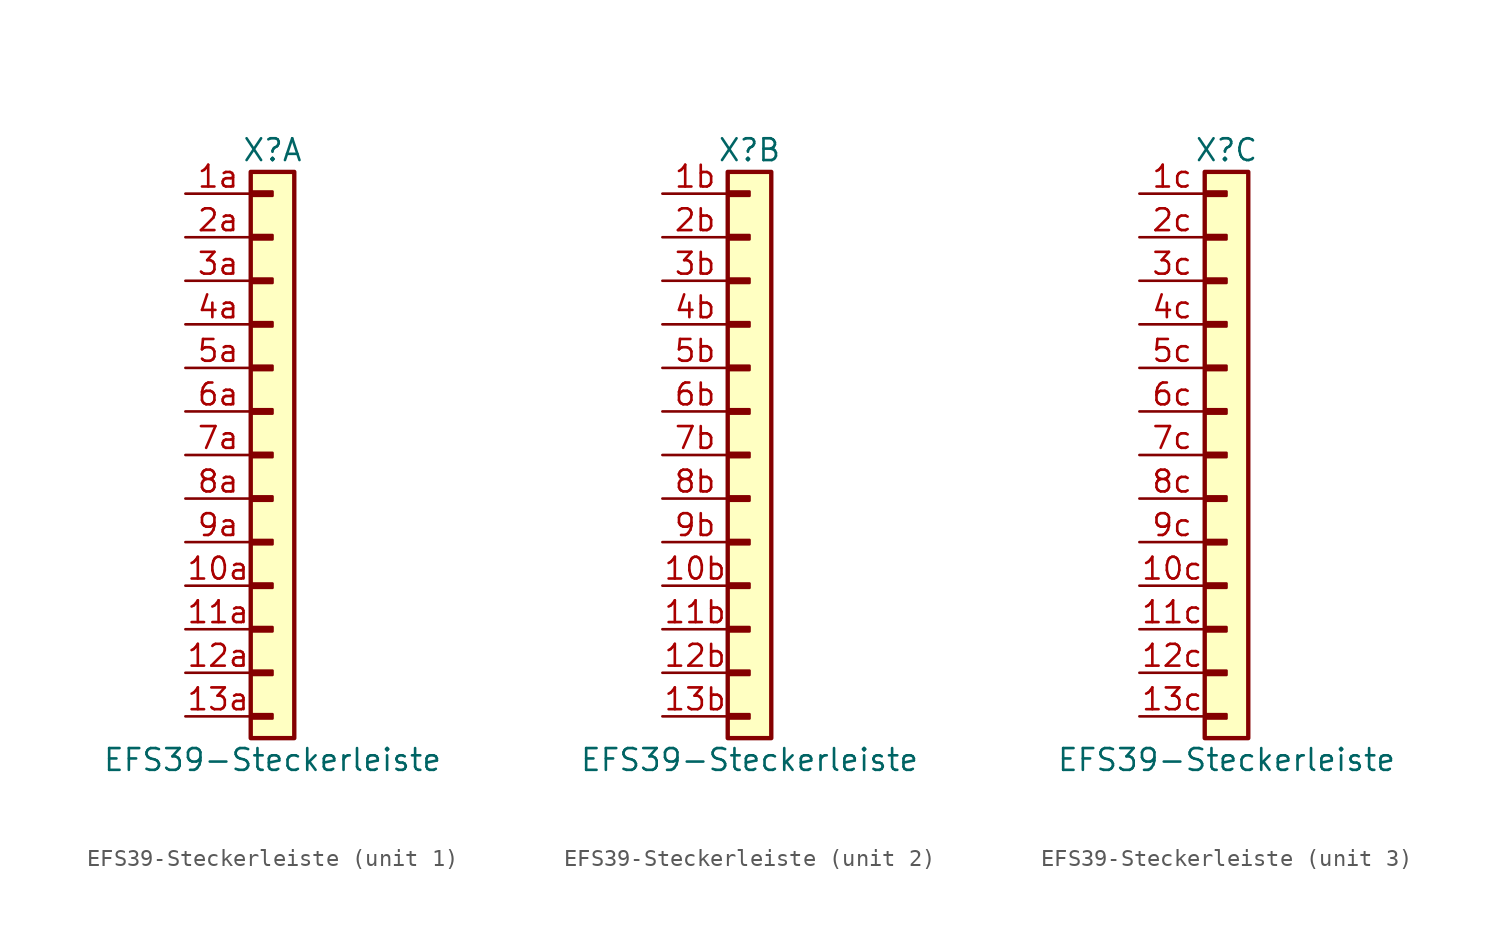
<source format=kicad_sym>
(kicad_symbol_lib
  (version 20211014)
  (generator kicad_symbol_editor)
  (symbol "EFS39-Steckerleiste"
    (pin_names
      (offset 1.016) hide)
    (property "Reference" "X"
      (at 0 17.78 0)
      (effects (font (size 1.27 1.27))))
    (property "Value" "EFS39-Steckerleiste"
      (at 0 -17.78 0)
      (effects (font (size 1.27 1.27))))
    (property "ki_locked" ""
      (at 0 0 0)
      (effects (font (size 1.27 1.27))))
    (symbol "EFS39-Steckerleiste_1_1"
      (rectangle (start -1.27 -15.113) (end 0 -15.367) (stroke (width 0.152) (type default) (color 0 0 0 0)) (fill (type outline)))
      (rectangle (start -1.27 -12.573) (end 0 -12.827) (stroke (width 0.152) (type default) (color 0 0 0 0)) (fill (type outline)))
      (rectangle (start -1.27 -10.033) (end 0 -10.287) (stroke (width 0.152) (type default) (color 0 0 0 0)) (fill (type outline)))
      (rectangle (start -1.27 -7.493) (end 0 -7.747) (stroke (width 0.152) (type default) (color 0 0 0 0)) (fill (type outline)))
      (rectangle (start -1.27 -4.953) (end 0 -5.207) (stroke (width 0.152) (type default) (color 0 0 0 0)) (fill (type outline)))
      (rectangle (start -1.27 -2.413) (end 0 -2.667) (stroke (width 0.152) (type default) (color 0 0 0 0)) (fill (type outline)))
      (rectangle (start -1.27 0.127) (end 0 -0.127) (stroke (width 0.152) (type default) (color 0 0 0 0)) (fill (type outline)))
      (rectangle (start -1.27 2.667) (end 0 2.413) (stroke (width 0.152) (type default) (color 0 0 0 0)) (fill (type outline)))
      (rectangle (start -1.27 5.207) (end 0 4.953) (stroke (width 0.152) (type default) (color 0 0 0 0)) (fill (type outline)))
      (rectangle (start -1.27 7.747) (end 0 7.493) (stroke (width 0.152) (type default) (color 0 0 0 0)) (fill (type outline)))
      (rectangle (start -1.27 10.287) (end 0 10.033) (stroke (width 0.152) (type default) (color 0 0 0 0)) (fill (type outline)))
      (rectangle (start -1.27 12.827) (end 0 12.573) (stroke (width 0.152) (type default) (color 0 0 0 0)) (fill (type outline)))
      (rectangle (start -1.27 15.367) (end 0 15.113) (stroke (width 0.152) (type default) (color 0 0 0 0)) (fill (type outline)))
      (rectangle (start -1.27 16.51) (end 1.27 -16.51) (stroke (width 0.254) (type default) (color 0 0 0 0)) (fill (type background)))
      (pin passive line (at -5.08 -7.62 0) (length 3.81) (name "Pin_10a" (effects (font (size 1.27 1.27)))) (number "10a" (effects (font (size 1.27 1.27)))))
      (pin passive line (at -5.08 -10.16 0) (length 3.81) (name "Pin_11a" (effects (font (size 1.27 1.27)))) (number "11a" (effects (font (size 1.27 1.27)))))
      (pin passive line (at -5.08 -12.7 0) (length 3.81) (name "Pin_12a" (effects (font (size 1.27 1.27)))) (number "12a" (effects (font (size 1.27 1.27)))))
      (pin passive line (at -5.08 -15.24 0) (length 3.81) (name "Pin_13a" (effects (font (size 1.27 1.27)))) (number "13a" (effects (font (size 1.27 1.27)))))
      (pin passive line (at -5.08 15.24 0) (length 3.81) (name "Pin_1a" (effects (font (size 1.27 1.27)))) (number "1a" (effects (font (size 1.27 1.27)))))
      (pin passive line (at -5.08 12.7 0) (length 3.81) (name "Pin_2a" (effects (font (size 1.27 1.27)))) (number "2a" (effects (font (size 1.27 1.27)))))
      (pin passive line (at -5.08 10.16 0) (length 3.81) (name "Pin_3a" (effects (font (size 1.27 1.27)))) (number "3a" (effects (font (size 1.27 1.27)))))
      (pin passive line (at -5.08 7.62 0) (length 3.81) (name "Pin_4a" (effects (font (size 1.27 1.27)))) (number "4a" (effects (font (size 1.27 1.27)))))
      (pin passive line (at -5.08 5.08 0) (length 3.81) (name "Pin_5a" (effects (font (size 1.27 1.27)))) (number "5a" (effects (font (size 1.27 1.27)))))
      (pin passive line (at -5.08 2.54 0) (length 3.81) (name "Pin_6a" (effects (font (size 1.27 1.27)))) (number "6a" (effects (font (size 1.27 1.27)))))
      (pin passive line (at -5.08 0 0) (length 3.81) (name "Pin_7a" (effects (font (size 1.27 1.27)))) (number "7a" (effects (font (size 1.27 1.27)))))
      (pin passive line (at -5.08 -2.54 0) (length 3.81) (name "Pin_8a" (effects (font (size 1.27 1.27)))) (number "8a" (effects (font (size 1.27 1.27)))))
      (pin passive line (at -5.08 -5.08 0) (length 3.81) (name "Pin_9a" (effects (font (size 1.27 1.27)))) (number "9a" (effects (font (size 1.27 1.27))))))
    (symbol "EFS39-Steckerleiste_2_1"
      (rectangle (start -1.27 -15.113) (end 0 -15.367) (stroke (width 0.152) (type default) (color 0 0 0 0)) (fill (type outline)))
      (rectangle (start -1.27 -12.573) (end 0 -12.827) (stroke (width 0.152) (type default) (color 0 0 0 0)) (fill (type outline)))
      (rectangle (start -1.27 -10.033) (end 0 -10.287) (stroke (width 0.152) (type default) (color 0 0 0 0)) (fill (type outline)))
      (rectangle (start -1.27 -7.493) (end 0 -7.747) (stroke (width 0.152) (type default) (color 0 0 0 0)) (fill (type outline)))
      (rectangle (start -1.27 -4.953) (end 0 -5.207) (stroke (width 0.152) (type default) (color 0 0 0 0)) (fill (type outline)))
      (rectangle (start -1.27 -2.413) (end 0 -2.667) (stroke (width 0.152) (type default) (color 0 0 0 0)) (fill (type outline)))
      (rectangle (start -1.27 0.127) (end 0 -0.127) (stroke (width 0.152) (type default) (color 0 0 0 0)) (fill (type outline)))
      (rectangle (start -1.27 2.667) (end 0 2.413) (stroke (width 0.152) (type default) (color 0 0 0 0)) (fill (type outline)))
      (rectangle (start -1.27 5.207) (end 0 4.953) (stroke (width 0.152) (type default) (color 0 0 0 0)) (fill (type outline)))
      (rectangle (start -1.27 7.747) (end 0 7.493) (stroke (width 0.152) (type default) (color 0 0 0 0)) (fill (type outline)))
      (rectangle (start -1.27 10.287) (end 0 10.033) (stroke (width 0.152) (type default) (color 0 0 0 0)) (fill (type outline)))
      (rectangle (start -1.27 12.827) (end 0 12.573) (stroke (width 0.152) (type default) (color 0 0 0 0)) (fill (type outline)))
      (rectangle (start -1.27 15.367) (end 0 15.113) (stroke (width 0.152) (type default) (color 0 0 0 0)) (fill (type outline)))
      (rectangle (start -1.27 16.51) (end 1.27 -16.51) (stroke (width 0.254) (type default) (color 0 0 0 0)) (fill (type background)))
      (pin passive line (at -5.08 -7.62 0) (length 3.81) (name "Pin_10b" (effects (font (size 1.27 1.27)))) (number "10b" (effects (font (size 1.27 1.27)))))
      (pin passive line (at -5.08 -10.16 0) (length 3.81) (name "Pin_11b" (effects (font (size 1.27 1.27)))) (number "11b" (effects (font (size 1.27 1.27)))))
      (pin passive line (at -5.08 -12.7 0) (length 3.81) (name "Pin_12b" (effects (font (size 1.27 1.27)))) (number "12b" (effects (font (size 1.27 1.27)))))
      (pin passive line (at -5.08 -15.24 0) (length 3.81) (name "Pin_13b" (effects (font (size 1.27 1.27)))) (number "13b" (effects (font (size 1.27 1.27)))))
      (pin passive line (at -5.08 15.24 0) (length 3.81) (name "Pin_1b" (effects (font (size 1.27 1.27)))) (number "1b" (effects (font (size 1.27 1.27)))))
      (pin passive line (at -5.08 12.7 0) (length 3.81) (name "Pin_2b" (effects (font (size 1.27 1.27)))) (number "2b" (effects (font (size 1.27 1.27)))))
      (pin passive line (at -5.08 10.16 0) (length 3.81) (name "Pin_3b" (effects (font (size 1.27 1.27)))) (number "3b" (effects (font (size 1.27 1.27)))))
      (pin passive line (at -5.08 7.62 0) (length 3.81) (name "Pin_4b" (effects (font (size 1.27 1.27)))) (number "4b" (effects (font (size 1.27 1.27)))))
      (pin passive line (at -5.08 5.08 0) (length 3.81) (name "Pin_5b" (effects (font (size 1.27 1.27)))) (number "5b" (effects (font (size 1.27 1.27)))))
      (pin passive line (at -5.08 2.54 0) (length 3.81) (name "Pin_6b" (effects (font (size 1.27 1.27)))) (number "6b" (effects (font (size 1.27 1.27)))))
      (pin passive line (at -5.08 0 0) (length 3.81) (name "Pin_7b" (effects (font (size 1.27 1.27)))) (number "7b" (effects (font (size 1.27 1.27)))))
      (pin passive line (at -5.08 -2.54 0) (length 3.81) (name "Pin_8b" (effects (font (size 1.27 1.27)))) (number "8b" (effects (font (size 1.27 1.27)))))
      (pin passive line (at -5.08 -5.08 0) (length 3.81) (name "Pin_9b" (effects (font (size 1.27 1.27)))) (number "9b" (effects (font (size 1.27 1.27))))))
    (symbol "EFS39-Steckerleiste_3_1"
      (rectangle (start -1.27 -15.113) (end 0 -15.367) (stroke (width 0.152) (type default) (color 0 0 0 0)) (fill (type outline)))
      (rectangle (start -1.27 -12.573) (end 0 -12.827) (stroke (width 0.152) (type default) (color 0 0 0 0)) (fill (type outline)))
      (rectangle (start -1.27 -10.033) (end 0 -10.287) (stroke (width 0.152) (type default) (color 0 0 0 0)) (fill (type outline)))
      (rectangle (start -1.27 -7.493) (end 0 -7.747) (stroke (width 0.152) (type default) (color 0 0 0 0)) (fill (type outline)))
      (rectangle (start -1.27 -4.953) (end 0 -5.207) (stroke (width 0.152) (type default) (color 0 0 0 0)) (fill (type outline)))
      (rectangle (start -1.27 -2.413) (end 0 -2.667) (stroke (width 0.152) (type default) (color 0 0 0 0)) (fill (type outline)))
      (rectangle (start -1.27 0.127) (end 0 -0.127) (stroke (width 0.152) (type default) (color 0 0 0 0)) (fill (type outline)))
      (rectangle (start -1.27 2.667) (end 0 2.413) (stroke (width 0.152) (type default) (color 0 0 0 0)) (fill (type outline)))
      (rectangle (start -1.27 5.207) (end 0 4.953) (stroke (width 0.152) (type default) (color 0 0 0 0)) (fill (type outline)))
      (rectangle (start -1.27 7.747) (end 0 7.493) (stroke (width 0.152) (type default) (color 0 0 0 0)) (fill (type outline)))
      (rectangle (start -1.27 10.287) (end 0 10.033) (stroke (width 0.152) (type default) (color 0 0 0 0)) (fill (type outline)))
      (rectangle (start -1.27 12.827) (end 0 12.573) (stroke (width 0.152) (type default) (color 0 0 0 0)) (fill (type outline)))
      (rectangle (start -1.27 15.367) (end 0 15.113) (stroke (width 0.152) (type default) (color 0 0 0 0)) (fill (type outline)))
      (rectangle (start -1.27 16.51) (end 1.27 -16.51) (stroke (width 0.254) (type default) (color 0 0 0 0)) (fill (type background)))
      (pin passive line (at -5.08 -7.62 0) (length 3.81) (name "Pin_10c" (effects (font (size 1.27 1.27)))) (number "10c" (effects (font (size 1.27 1.27)))))
      (pin passive line (at -5.08 -10.16 0) (length 3.81) (name "Pin_11c" (effects (font (size 1.27 1.27)))) (number "11c" (effects (font (size 1.27 1.27)))))
      (pin passive line (at -5.08 -12.7 0) (length 3.81) (name "Pin_12c" (effects (font (size 1.27 1.27)))) (number "12c" (effects (font (size 1.27 1.27)))))
      (pin passive line (at -5.08 -15.24 0) (length 3.81) (name "Pin_13c" (effects (font (size 1.27 1.27)))) (number "13c" (effects (font (size 1.27 1.27)))))
      (pin passive line (at -5.08 15.24 0) (length 3.81) (name "Pin_1c" (effects (font (size 1.27 1.27)))) (number "1c" (effects (font (size 1.27 1.27)))))
      (pin passive line (at -5.08 12.7 0) (length 3.81) (name "Pin_2c" (effects (font (size 1.27 1.27)))) (number "2c" (effects (font (size 1.27 1.27)))))
      (pin passive line (at -5.08 10.16 0) (length 3.81) (name "Pin_3c" (effects (font (size 1.27 1.27)))) (number "3c" (effects (font (size 1.27 1.27)))))
      (pin passive line (at -5.08 7.62 0) (length 3.81) (name "Pin_4c" (effects (font (size 1.27 1.27)))) (number "4c" (effects (font (size 1.27 1.27)))))
      (pin passive line (at -5.08 5.08 0) (length 3.81) (name "Pin_5c" (effects (font (size 1.27 1.27)))) (number "5c" (effects (font (size 1.27 1.27)))))
      (pin passive line (at -5.08 2.54 0) (length 3.81) (name "Pin_6c" (effects (font (size 1.27 1.27)))) (number "6c" (effects (font (size 1.27 1.27)))))
      (pin passive line (at -5.08 0 0) (length 3.81) (name "Pin_7c" (effects (font (size 1.27 1.27)))) (number "7c" (effects (font (size 1.27 1.27)))))
      (pin passive line (at -5.08 -2.54 0) (length 3.81) (name "Pin_8c" (effects (font (size 1.27 1.27)))) (number "8c" (effects (font (size 1.27 1.27)))))
      (pin passive line (at -5.08 -5.08 0) (length 3.81) (name "Pin_9c" (effects (font (size 1.27 1.27)))) (number "9c" (effects (font (size 1.27 1.27))))))))
</source>
